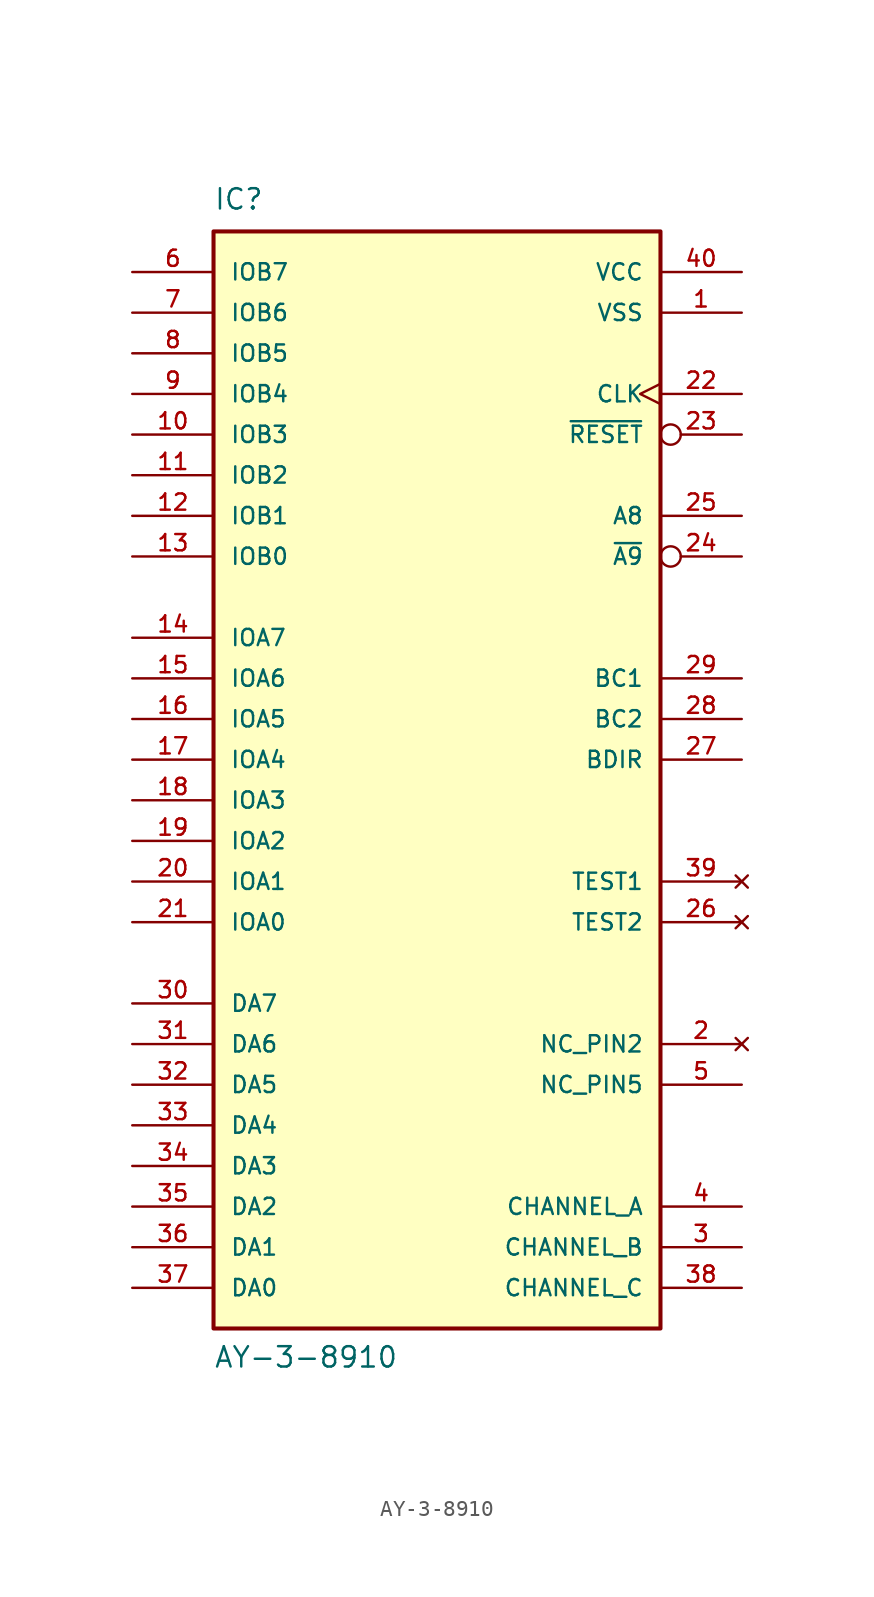
<source format=kicad_sym>
(kicad_symbol_lib
  (version 20211014)
  (generator kicad_symbol_editor)
  (symbol "AY-3-8910"
    (pin_names
      (offset 1.016))
    (property "Reference" "IC"
      (at -15.24 36.83 0)
      (effects (font (size 1.27 1.27)) (justify bottom left)))
    (property "Value" "AY-3-8910"
      (at -15.24 -35.56 0)
      (effects (font (size 1.27 1.27)) (justify bottom left)))
    (symbol "AY-3-8910_0_0"
      (rectangle (start -15.24 -33.02) (end 12.7 35.56) (stroke (width 0.254)) (fill (type background)))
      (pin power_in line (at 17.78 30.48 180.0) (length 5.08) (name "VSS" (effects (font (size 1.016 1.016)))) (number "1" (effects (font (size 1.016 1.016)))))
      (pin no_connect line (at 17.78 -15.24 180.0) (length 5.08) (name "NC_PIN2" (effects (font (size 1.016 1.016)))) (number "2" (effects (font (size 1.016 1.016)))))
      (pin output line (at 17.78 -27.94 180.0) (length 5.08) (name "CHANNEL_B" (effects (font (size 1.016 1.016)))) (number "3" (effects (font (size 1.016 1.016)))))
      (pin output line (at 17.78 -25.4 180.0) (length 5.08) (name "CHANNEL_A" (effects (font (size 1.016 1.016)))) (number "4" (effects (font (size 1.016 1.016)))))
      (pin bidirectional line (at 17.78 -17.78 180.0) (length 5.08) (name "NC_PIN5" (effects (font (size 1.016 1.016)))) (number "5" (effects (font (size 1.016 1.016)))))
      (pin bidirectional line (at -20.32 33.02 0) (length 5.08) (name "IOB7" (effects (font (size 1.016 1.016)))) (number "6" (effects (font (size 1.016 1.016)))))
      (pin bidirectional line (at -20.32 30.48 0) (length 5.08) (name "IOB6" (effects (font (size 1.016 1.016)))) (number "7" (effects (font (size 1.016 1.016)))))
      (pin bidirectional line (at -20.32 27.94 0) (length 5.08) (name "IOB5" (effects (font (size 1.016 1.016)))) (number "8" (effects (font (size 1.016 1.016)))))
      (pin bidirectional line (at -20.32 25.4 0) (length 5.08) (name "IOB4" (effects (font (size 1.016 1.016)))) (number "9" (effects (font (size 1.016 1.016)))))
      (pin bidirectional line (at -20.32 22.86 0) (length 5.08) (name "IOB3" (effects (font (size 1.016 1.016)))) (number "10" (effects (font (size 1.016 1.016)))))
      (pin bidirectional line (at -20.32 20.32 0) (length 5.08) (name "IOB2" (effects (font (size 1.016 1.016)))) (number "11" (effects (font (size 1.016 1.016)))))
      (pin bidirectional line (at -20.32 17.78 0) (length 5.08) (name "IOB1" (effects (font (size 1.016 1.016)))) (number "12" (effects (font (size 1.016 1.016)))))
      (pin bidirectional line (at -20.32 15.24 0) (length 5.08) (name "IOB0" (effects (font (size 1.016 1.016)))) (number "13" (effects (font (size 1.016 1.016)))))
      (pin bidirectional line (at -20.32 10.16 0) (length 5.08) (name "IOA7" (effects (font (size 1.016 1.016)))) (number "14" (effects (font (size 1.016 1.016)))))
      (pin bidirectional line (at -20.32 7.62 0) (length 5.08) (name "IOA6" (effects (font (size 1.016 1.016)))) (number "15" (effects (font (size 1.016 1.016)))))
      (pin bidirectional line (at -20.32 5.08 0) (length 5.08) (name "IOA5" (effects (font (size 1.016 1.016)))) (number "16" (effects (font (size 1.016 1.016)))))
      (pin bidirectional line (at -20.32 2.54 0) (length 5.08) (name "IOA4" (effects (font (size 1.016 1.016)))) (number "17" (effects (font (size 1.016 1.016)))))
      (pin bidirectional line (at -20.32 0.0 0) (length 5.08) (name "IOA3" (effects (font (size 1.016 1.016)))) (number "18" (effects (font (size 1.016 1.016)))))
      (pin bidirectional line (at -20.32 -2.54 0) (length 5.08) (name "IOA2" (effects (font (size 1.016 1.016)))) (number "19" (effects (font (size 1.016 1.016)))))
      (pin bidirectional line (at -20.32 -5.08 0) (length 5.08) (name "IOA1" (effects (font (size 1.016 1.016)))) (number "20" (effects (font (size 1.016 1.016)))))
      (pin bidirectional line (at -20.32 -7.62 0) (length 5.08) (name "IOA0" (effects (font (size 1.016 1.016)))) (number "21" (effects (font (size 1.016 1.016)))))
      (pin input clock (at 17.78 25.4 180.0) (length 5.08) (name "CLK" (effects (font (size 1.016 1.016)))) (number "22" (effects (font (size 1.016 1.016)))))
      (pin input inverted (at 17.78 22.86 180.0) (length 5.08) (name "~{RESET}" (effects (font (size 1.016 1.016)))) (number "23" (effects (font (size 1.016 1.016)))))
      (pin bidirectional inverted (at 17.78 15.24 180.0) (length 5.08) (name "~{A9}" (effects (font (size 1.016 1.016)))) (number "24" (effects (font (size 1.016 1.016)))))
      (pin bidirectional line (at 17.78 17.78 180.0) (length 5.08) (name "A8" (effects (font (size 1.016 1.016)))) (number "25" (effects (font (size 1.016 1.016)))))
      (pin no_connect line (at 17.78 -7.62 180.0) (length 5.08) (name "TEST2" (effects (font (size 1.016 1.016)))) (number "26" (effects (font (size 1.016 1.016)))))
      (pin input line (at 17.78 2.54 180.0) (length 5.08) (name "BDIR" (effects (font (size 1.016 1.016)))) (number "27" (effects (font (size 1.016 1.016)))))
      (pin input line (at 17.78 5.08 180.0) (length 5.08) (name "BC2" (effects (font (size 1.016 1.016)))) (number "28" (effects (font (size 1.016 1.016)))))
      (pin input line (at 17.78 7.62 180.0) (length 5.08) (name "BC1" (effects (font (size 1.016 1.016)))) (number "29" (effects (font (size 1.016 1.016)))))
      (pin bidirectional line (at -20.32 -12.7 0) (length 5.08) (name "DA7" (effects (font (size 1.016 1.016)))) (number "30" (effects (font (size 1.016 1.016)))))
      (pin bidirectional line (at -20.32 -15.24 0) (length 5.08) (name "DA6" (effects (font (size 1.016 1.016)))) (number "31" (effects (font (size 1.016 1.016)))))
      (pin bidirectional line (at -20.32 -17.78 0) (length 5.08) (name "DA5" (effects (font (size 1.016 1.016)))) (number "32" (effects (font (size 1.016 1.016)))))
      (pin bidirectional line (at -20.32 -20.32 0) (length 5.08) (name "DA4" (effects (font (size 1.016 1.016)))) (number "33" (effects (font (size 1.016 1.016)))))
      (pin bidirectional line (at -20.32 -22.86 0) (length 5.08) (name "DA3" (effects (font (size 1.016 1.016)))) (number "34" (effects (font (size 1.016 1.016)))))
      (pin bidirectional line (at -20.32 -25.4 0) (length 5.08) (name "DA2" (effects (font (size 1.016 1.016)))) (number "35" (effects (font (size 1.016 1.016)))))
      (pin bidirectional line (at -20.32 -27.94 0) (length 5.08) (name "DA1" (effects (font (size 1.016 1.016)))) (number "36" (effects (font (size 1.016 1.016)))))
      (pin bidirectional line (at -20.32 -30.48 0) (length 5.08) (name "DA0" (effects (font (size 1.016 1.016)))) (number "37" (effects (font (size 1.016 1.016)))))
      (pin output line (at 17.78 -30.48 180.0) (length 5.08) (name "CHANNEL_C" (effects (font (size 1.016 1.016)))) (number "38" (effects (font (size 1.016 1.016)))))
      (pin no_connect line (at 17.78 -5.08 180.0) (length 5.08) (name "TEST1" (effects (font (size 1.016 1.016)))) (number "39" (effects (font (size 1.016 1.016)))))
      (pin power_in line (at 17.78 33.02 180.0) (length 5.08) (name "VCC" (effects (font (size 1.016 1.016)))) (number "40" (effects (font (size 1.016 1.016))))))))
</source>
